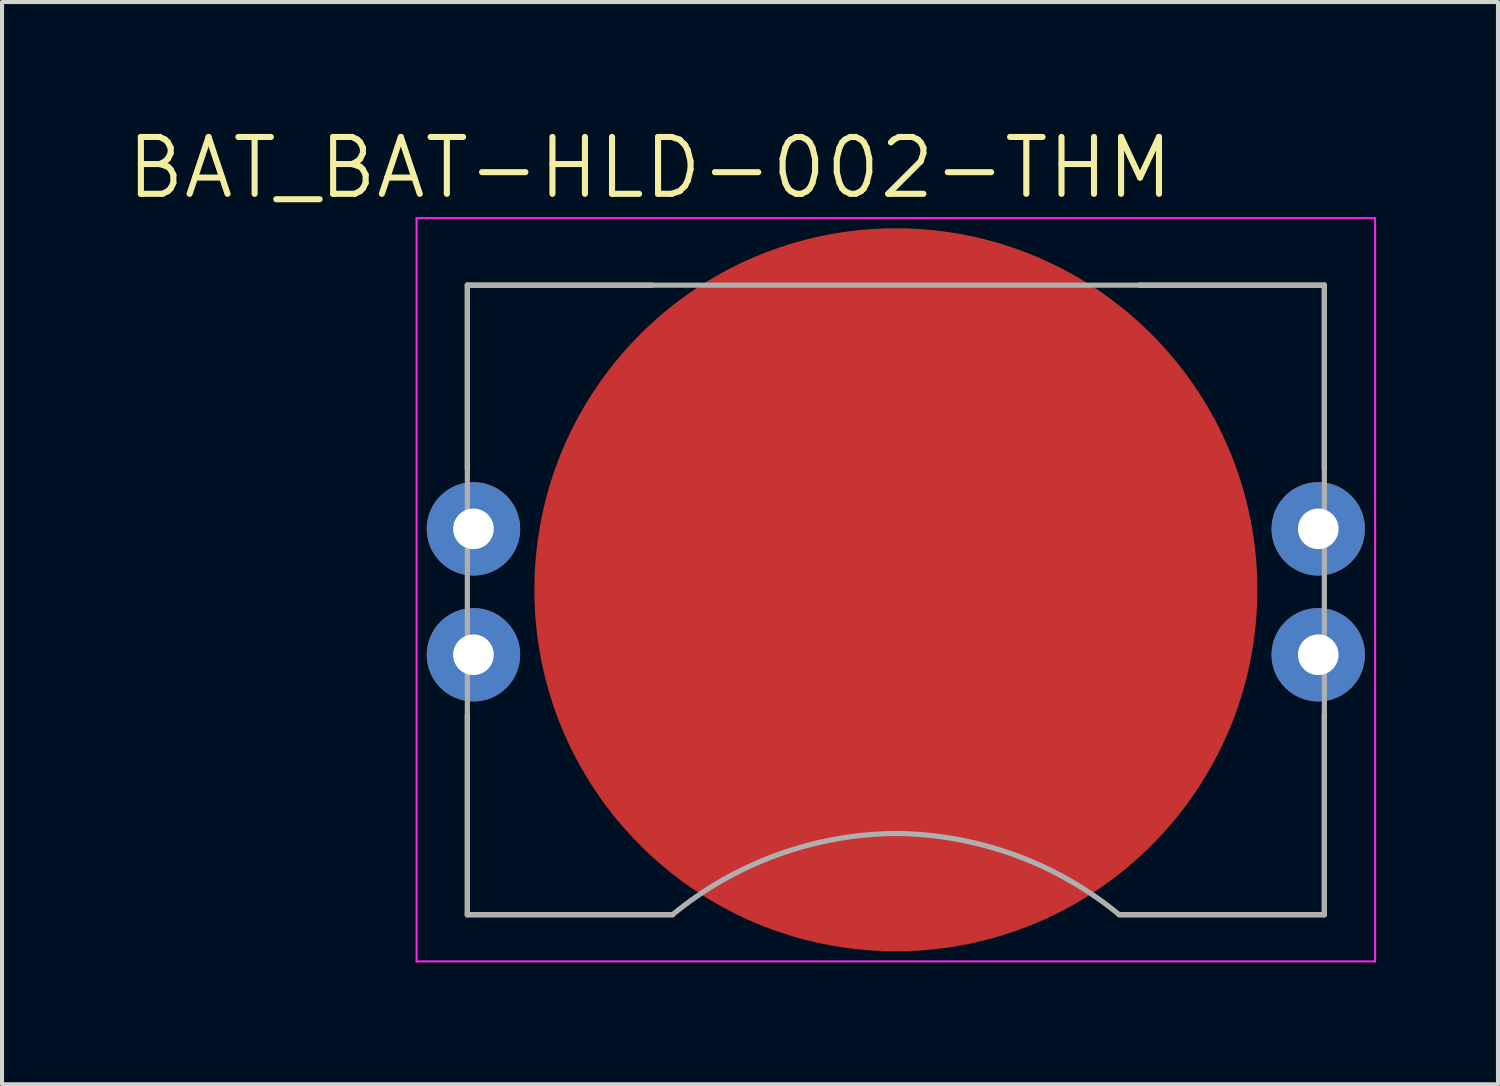
<source format=kicad_pcb>
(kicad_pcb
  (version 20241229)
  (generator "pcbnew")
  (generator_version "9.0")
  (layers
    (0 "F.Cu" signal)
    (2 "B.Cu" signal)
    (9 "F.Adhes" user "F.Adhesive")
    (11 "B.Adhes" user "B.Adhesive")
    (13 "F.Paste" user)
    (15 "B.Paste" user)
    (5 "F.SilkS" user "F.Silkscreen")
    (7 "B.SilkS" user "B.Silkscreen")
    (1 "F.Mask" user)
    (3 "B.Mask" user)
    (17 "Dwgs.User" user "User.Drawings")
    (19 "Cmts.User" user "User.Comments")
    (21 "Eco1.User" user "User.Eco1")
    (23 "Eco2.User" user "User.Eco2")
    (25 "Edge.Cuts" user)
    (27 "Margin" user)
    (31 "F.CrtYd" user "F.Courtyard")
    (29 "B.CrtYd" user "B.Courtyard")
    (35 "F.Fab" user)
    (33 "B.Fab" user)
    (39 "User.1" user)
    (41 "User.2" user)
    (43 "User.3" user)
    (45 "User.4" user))
  (footprint "BAT_BAT-HLD-002-THM"
    (layer "F.Cu")
    (at 19.007 11.471)
    (property "Reference" "BAT_BAT-HLD-002-THM" (at -6.055 -10.389 0) (layer "F.SilkS") (effects (font (size 1.4 1.4) (thickness 0.15))))
    (attr through_hole)
    (fp_line (start -10.55 -7.5) (end -6 -7.5) (stroke (width 0.127) (type solid)) (layer "F.SilkS"))
    (fp_line (start -10.55 -2.97) (end -10.55 -7.5) (stroke (width 0.127) (type solid)) (layer "F.SilkS"))
    (fp_line (start -10.55 3.07) (end -10.55 8) (stroke (width 0.127) (type solid)) (layer "F.SilkS"))
    (fp_line (start -10.55 8) (end -5.5 8) (stroke (width 0.127) (type solid)) (layer "F.SilkS"))
    (fp_line (start 5.5 8) (end 10.55 8) (stroke (width 0.127) (type solid)) (layer "F.SilkS"))
    (fp_line (start 6 -7.5) (end 10.55 -7.5) (stroke (width 0.127) (type solid)) (layer "F.SilkS"))
    (fp_line (start 10.55 -7.5) (end 10.55 -2.97) (stroke (width 0.127) (type solid)) (layer "F.SilkS"))
    (fp_line (start 10.55 8) (end 10.55 3.07) (stroke (width 0.127) (type solid)) (layer "F.SilkS"))
    (fp_line (start -11.8 -9.15) (end 11.8 -9.15) (stroke (width 0.05) (type solid)) (layer "F.CrtYd"))
    (fp_line (start -11.8 9.15) (end -11.8 -9.15) (stroke (width 0.05) (type solid)) (layer "F.CrtYd"))
    (fp_line (start 11.8 -9.15) (end 11.8 9.15) (stroke (width 0.05) (type solid)) (layer "F.CrtYd"))
    (fp_line (start 11.8 9.15) (end -11.8 9.15) (stroke (width 0.05) (type solid)) (layer "F.CrtYd"))
    (fp_line (start -10.55 -7.5) (end 10.55 -7.5) (stroke (width 0.127) (type solid)) (layer "F.Fab"))
    (fp_line (start -10.55 8) (end -10.55 -7.5) (stroke (width 0.127) (type solid)) (layer "F.Fab"))
    (fp_line (start -5.5 8) (end -10.55 8) (stroke (width 0.127) (type solid)) (layer "F.Fab"))
    (fp_line (start 10.55 -7.5) (end 10.55 8) (stroke (width 0.127) (type solid)) (layer "F.Fab"))
    (fp_line (start 10.55 8) (end 5.5 8) (stroke (width 0.127) (type solid)) (layer "F.Fab"))
    (fp_arc (start -5.5 8) (mid -2.922027 6.526926) (end 0 6) (stroke (width 0.127) (type solid)) (layer "F.Fab"))
    (fp_arc (start 0 6) (mid 2.922027 6.526926) (end 5.5 8) (stroke (width 0.127) (type solid)) (layer "F.Fab"))
    (pad "N" smd circle (at 0 0) (size 17.8 17.8) (layers "F.Cu" "F.Mask"))
    (pad "P1" thru_hole circle (at -10.4 -1.5) (size 2.3 2.3) (drill 1) (layers "*.Cu" "*.Mask"))
    (pad "P2" thru_hole circle (at -10.4 1.6) (size 2.3 2.3) (drill 1) (layers "*.Cu" "*.Mask"))
    (pad "P3" thru_hole circle (at 10.4 1.6) (size 2.3 2.3) (drill 1) (layers "*.Cu" "*.Mask"))
    (pad "P4" thru_hole circle (at 10.4 -1.5) (size 2.3 2.3) (drill 1) (layers "*.Cu" "*.Mask")))
  (gr_rect
    (start -3 -3)
    (end 33.832 23.646)
    (stroke (width 0.1) (type default))
    (fill no)
    (layer "Edge.Cuts")))
</source>
